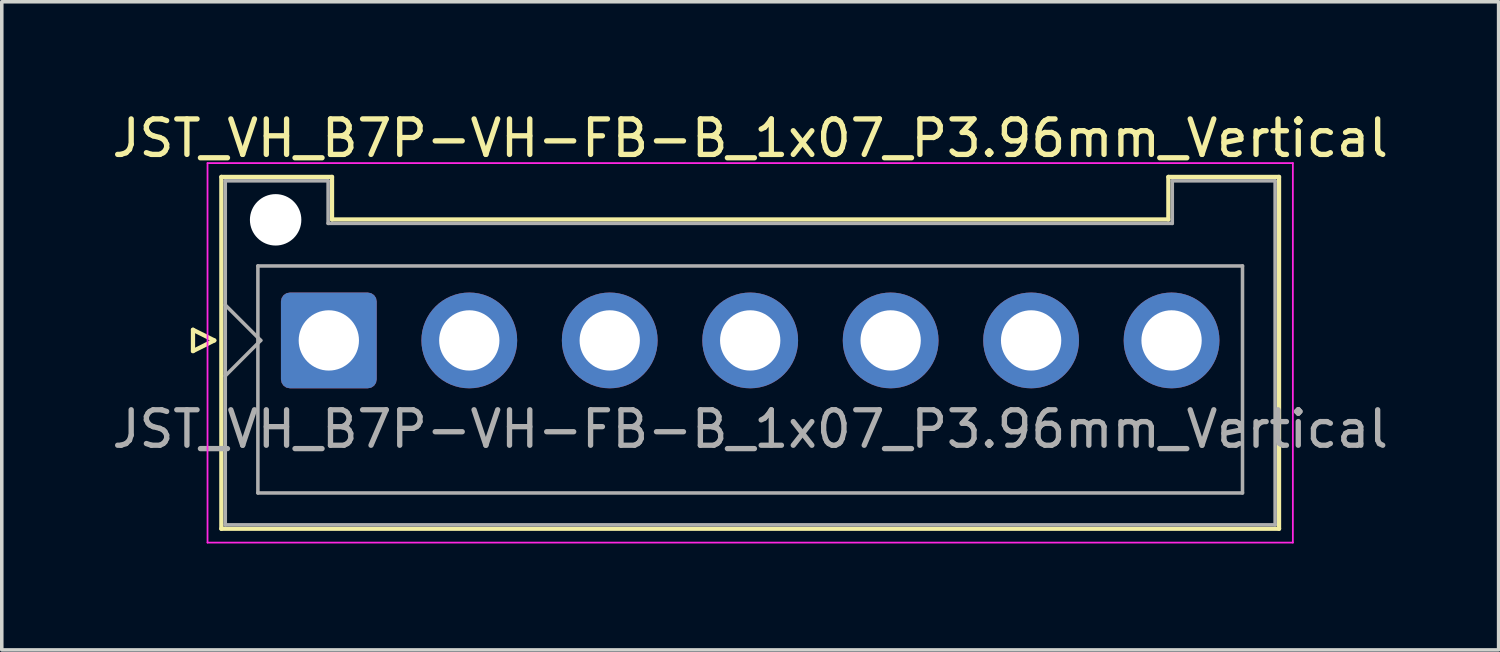
<source format=kicad_pcb>
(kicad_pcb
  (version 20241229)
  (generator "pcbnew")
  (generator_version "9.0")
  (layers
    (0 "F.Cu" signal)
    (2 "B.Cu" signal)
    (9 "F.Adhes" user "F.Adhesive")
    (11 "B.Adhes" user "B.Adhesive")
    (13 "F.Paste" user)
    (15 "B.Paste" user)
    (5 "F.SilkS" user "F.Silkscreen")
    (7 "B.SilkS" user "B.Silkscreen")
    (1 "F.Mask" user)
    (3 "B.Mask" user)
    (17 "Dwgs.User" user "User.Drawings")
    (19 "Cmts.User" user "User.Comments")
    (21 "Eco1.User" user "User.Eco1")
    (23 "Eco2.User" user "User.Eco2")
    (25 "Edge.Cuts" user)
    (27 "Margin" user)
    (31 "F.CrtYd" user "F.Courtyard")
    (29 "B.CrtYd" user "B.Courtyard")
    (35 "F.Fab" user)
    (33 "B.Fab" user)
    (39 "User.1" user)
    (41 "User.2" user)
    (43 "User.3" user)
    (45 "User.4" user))
  (footprint "JST_VH_B7P-VH-FB-B_1x07_P3.96mm_Vertical"
    (layer "F.Cu")
    (at 6.221 6.548)
    (property "Reference" "JST_VH_B7P-VH-FB-B_1x07_P3.96mm_Vertical" (at 11.88 -5.7 0) (layer "F.SilkS") (effects (font (size 1 1) (thickness 0.15))))
    (attr through_hole)
    (fp_line (start -3.83 -0.3) (end -3.23 0) (stroke (width 0.12) (type solid)) (layer "F.SilkS"))
    (fp_line (start -3.83 0.3) (end -3.83 -0.3) (stroke (width 0.12) (type solid)) (layer "F.SilkS"))
    (fp_line (start -3.23 0) (end -3.83 0.3) (stroke (width 0.12) (type solid)) (layer "F.SilkS"))
    (fp_line (start -3.03 -4.61) (end 0.09 -4.61) (stroke (width 0.12) (type solid)) (layer "F.SilkS"))
    (fp_line (start -3.03 5.31) (end -3.03 -4.61) (stroke (width 0.12) (type solid)) (layer "F.SilkS"))
    (fp_line (start 0.09 -4.61) (end 0.09 -3.41) (stroke (width 0.12) (type solid)) (layer "F.SilkS"))
    (fp_line (start 0.09 -3.41) (end 23.67 -3.41) (stroke (width 0.12) (type solid)) (layer "F.SilkS"))
    (fp_line (start 23.67 -4.61) (end 26.79 -4.61) (stroke (width 0.12) (type solid)) (layer "F.SilkS"))
    (fp_line (start 23.67 -3.41) (end 23.67 -4.61) (stroke (width 0.12) (type solid)) (layer "F.SilkS"))
    (fp_line (start 26.79 -4.61) (end 26.79 5.31) (stroke (width 0.12) (type solid)) (layer "F.SilkS"))
    (fp_line (start 26.79 5.31) (end -3.03 5.31) (stroke (width 0.12) (type solid)) (layer "F.SilkS"))
    (fp_line (start -3.42 -5) (end -3.42 5.7) (stroke (width 0.05) (type solid)) (layer "F.CrtYd"))
    (fp_line (start -3.42 5.7) (end 27.18 5.7) (stroke (width 0.05) (type solid)) (layer "F.CrtYd"))
    (fp_line (start 27.18 -5) (end -3.42 -5) (stroke (width 0.05) (type solid)) (layer "F.CrtYd"))
    (fp_line (start 27.18 5.7) (end 27.18 -5) (stroke (width 0.05) (type solid)) (layer "F.CrtYd"))
    (fp_line (start -2.92 -4.5) (end -0.02 -4.5) (stroke (width 0.1) (type solid)) (layer "F.Fab"))
    (fp_line (start -2.92 -1) (end -1.92 0) (stroke (width 0.1) (type solid)) (layer "F.Fab"))
    (fp_line (start -2.92 1) (end -1.92 0) (stroke (width 0.1) (type solid)) (layer "F.Fab"))
    (fp_line (start -2.92 5.2) (end -2.92 -4.5) (stroke (width 0.1) (type solid)) (layer "F.Fab"))
    (fp_line (start -2 -2.1) (end 25.76 -2.1) (stroke (width 0.1) (type solid)) (layer "F.Fab"))
    (fp_line (start -2 4.3) (end -2 -2.1) (stroke (width 0.1) (type solid)) (layer "F.Fab"))
    (fp_line (start -0.02 -4.5) (end -0.02 -3.3) (stroke (width 0.1) (type solid)) (layer "F.Fab"))
    (fp_line (start -0.02 -3.3) (end 23.78 -3.3) (stroke (width 0.1) (type solid)) (layer "F.Fab"))
    (fp_line (start 23.78 -4.5) (end 26.68 -4.5) (stroke (width 0.1) (type solid)) (layer "F.Fab"))
    (fp_line (start 23.78 -3.3) (end 23.78 -4.5) (stroke (width 0.1) (type solid)) (layer "F.Fab"))
    (fp_line (start 25.76 -2.1) (end 25.76 4.3) (stroke (width 0.1) (type solid)) (layer "F.Fab"))
    (fp_line (start 25.76 4.3) (end -2 4.3) (stroke (width 0.1) (type solid)) (layer "F.Fab"))
    (fp_line (start 26.68 -4.5) (end 26.68 5.2) (stroke (width 0.1) (type solid)) (layer "F.Fab"))
    (fp_line (start 26.68 5.2) (end -2.92 5.2) (stroke (width 0.1) (type solid)) (layer "F.Fab"))
    (fp_text user "${REFERENCE}" (at 11.88 2.5 0) (layer "F.Fab") (effects (font (size 1 1) (thickness 0.15))))
    (pad "" np_thru_hole circle (at -1.5 -3.4) (size 1.45 1.45) (drill 1.45) (layers "*.Cu" "*.Mask"))
    (pad "1" thru_hole roundrect (at 0 0) (size 2.7 2.7) (drill 1.7) (layers "*.Cu" "*.Mask") (roundrect_rratio 0.093))
    (pad "2" thru_hole circle (at 3.96 0) (size 2.7 2.7) (drill 1.7) (layers "*.Cu" "*.Mask"))
    (pad "3" thru_hole circle (at 7.92 0) (size 2.7 2.7) (drill 1.7) (layers "*.Cu" "*.Mask"))
    (pad "4" thru_hole circle (at 11.88 0) (size 2.7 2.7) (drill 1.7) (layers "*.Cu" "*.Mask"))
    (pad "5" thru_hole circle (at 15.84 0) (size 2.7 2.7) (drill 1.7) (layers "*.Cu" "*.Mask"))
    (pad "6" thru_hole circle (at 19.8 0) (size 2.7 2.7) (drill 1.7) (layers "*.Cu" "*.Mask"))
    (pad "7" thru_hole circle (at 23.76 0) (size 2.7 2.7) (drill 1.7) (layers "*.Cu" "*.Mask")))
  (gr_rect
    (start -3 -3)
    (end 39.202 15.273)
    (stroke (width 0.1) (type default))
    (fill no)
    (layer "Edge.Cuts")))
</source>
